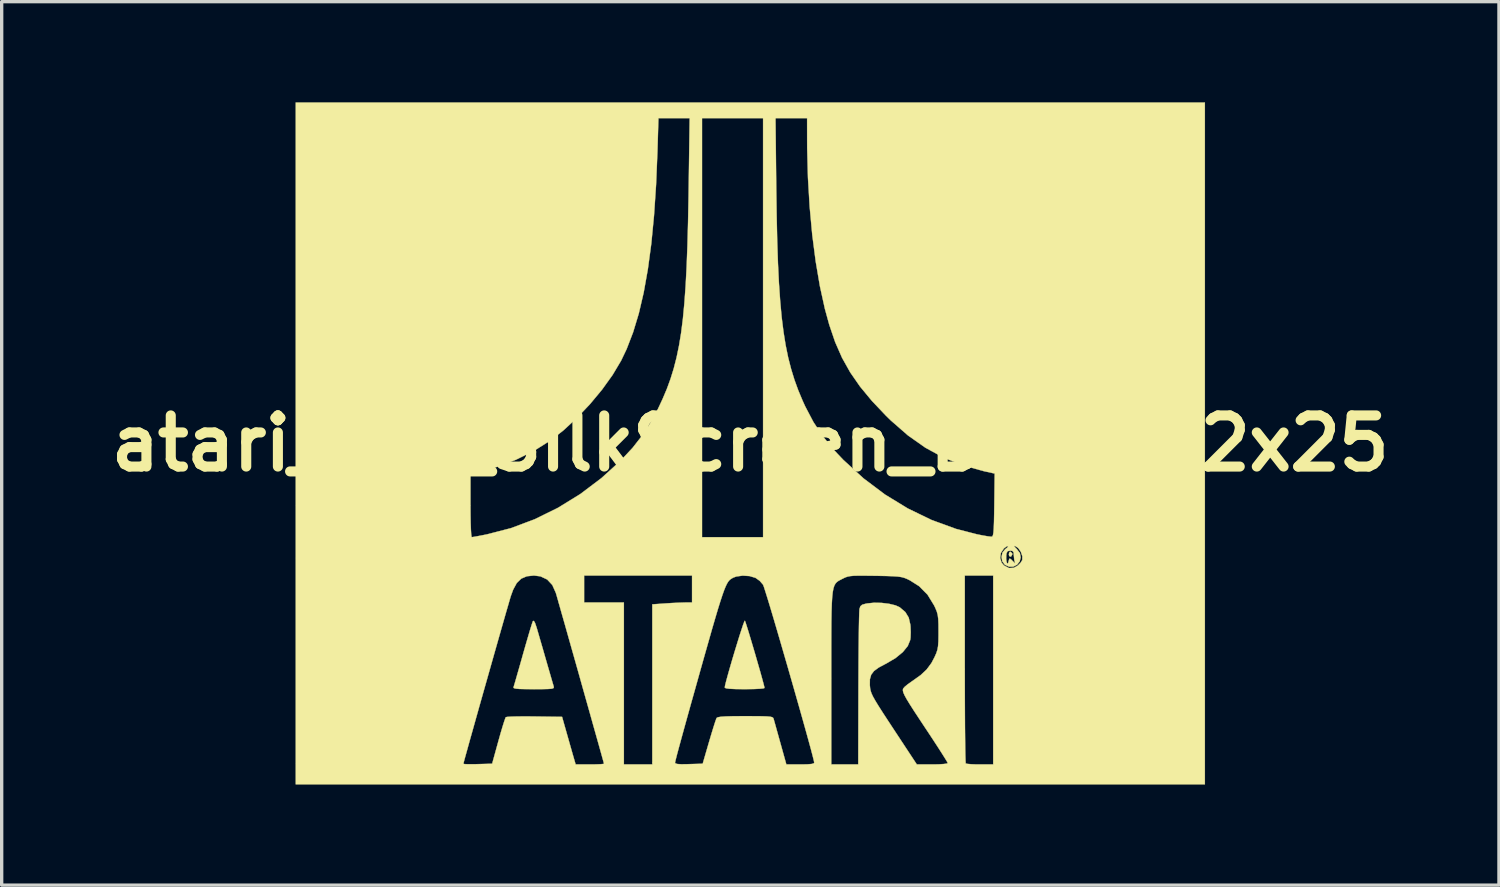
<source format=kicad_pcb>
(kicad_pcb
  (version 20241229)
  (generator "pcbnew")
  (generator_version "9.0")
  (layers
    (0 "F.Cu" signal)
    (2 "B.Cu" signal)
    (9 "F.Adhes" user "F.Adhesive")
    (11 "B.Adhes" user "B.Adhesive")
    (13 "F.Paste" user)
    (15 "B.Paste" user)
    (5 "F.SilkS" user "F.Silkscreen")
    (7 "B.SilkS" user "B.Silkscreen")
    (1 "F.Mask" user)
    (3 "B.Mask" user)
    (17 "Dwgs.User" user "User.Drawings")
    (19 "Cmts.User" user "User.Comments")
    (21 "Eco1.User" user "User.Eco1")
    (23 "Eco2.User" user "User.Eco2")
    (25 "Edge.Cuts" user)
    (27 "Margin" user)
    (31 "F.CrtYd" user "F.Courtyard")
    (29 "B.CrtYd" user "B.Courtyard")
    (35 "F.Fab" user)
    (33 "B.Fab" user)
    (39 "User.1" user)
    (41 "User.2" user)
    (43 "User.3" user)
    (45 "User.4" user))
  (footprint "atari_fuji_SilkScreen_BW_21.2x25"
    (layer "F.Cu")
    (at 19.311 10.165)
    (property "Reference" "atari_fuji_SilkScreen_BW_21.2x25" (at 0 0 0) (layer "F.SilkS") (effects (font (size 1.524 1.524) (thickness 0.3))))
    (attr exclude_from_pos_files exclude_from_bom)
    (fp_poly (pts (xy 7.807 3.28) (xy 7.811 3.302) (xy 7.777 3.366) (xy 7.758 3.376) (xy 7.715 3.356) (xy 7.705 3.302) (xy 7.724 3.235) (xy 7.758 3.228) (xy 7.807 3.28)) (stroke (width 0.01) (type solid)) (fill yes) (layer "F.SilkS"))
    (fp_poly (pts (xy -0.144 5.328) (xy -0.107 5.442) (xy -0.055 5.609) (xy 0.008 5.818) (xy 0.078 6.053) (xy 0.151 6.301) (xy 0.222 6.548) (xy 0.289 6.78) (xy 0.346 6.985) (xy 0.39 7.147) (xy 0.417 7.254) (xy 0.423 7.289) (xy 0.384 7.302) (xy 0.274 7.312) (xy 0.111 7.32) (xy -0.092 7.323) (xy -0.169 7.324) (xy -0.434 7.321) (xy -0.619 7.312) (xy -0.727 7.298) (xy -0.762 7.276) (xy -0.762 7.276) (xy -0.751 7.211) (xy -0.719 7.083) (xy -0.671 6.906) (xy -0.611 6.694) (xy -0.543 6.459) (xy -0.47 6.214) (xy -0.396 5.973) (xy -0.327 5.749) (xy -0.264 5.554) (xy -0.214 5.403) (xy -0.178 5.308) (xy -0.162 5.282) (xy -0.144 5.328)) (stroke (width 0.01) (type solid)) (fill yes) (layer "F.SilkS"))
    (fp_poly (pts (xy -6.416 5.349) (xy -6.369 5.487) (xy -6.357 5.527) (xy -6.315 5.671) (xy -6.256 5.875) (xy -6.186 6.115) (xy -6.113 6.37) (xy -6.076 6.498) (xy -6.009 6.73) (xy -5.949 6.936) (xy -5.901 7.103) (xy -5.868 7.214) (xy -5.858 7.25) (xy -5.856 7.278) (xy -5.876 7.299) (xy -5.932 7.312) (xy -6.035 7.319) (xy -6.198 7.323) (xy -6.432 7.324) (xy -6.458 7.324) (xy -6.705 7.322) (xy -6.878 7.318) (xy -6.988 7.308) (xy -7.044 7.294) (xy -7.059 7.273) (xy -7.057 7.267) (xy -7.04 7.212) (xy -7.003 7.087) (xy -6.951 6.905) (xy -6.886 6.679) (xy -6.813 6.422) (xy -6.775 6.286) (xy -6.698 6.016) (xy -6.627 5.772) (xy -6.566 5.565) (xy -6.518 5.409) (xy -6.487 5.316) (xy -6.479 5.297) (xy -6.452 5.288) (xy -6.416 5.349)) (stroke (width 0.01) (type solid)) (fill yes) (layer "F.SilkS"))
    (fp_poly (pts (xy 13.547 10.16) (xy -13.547 10.16) (xy -13.547 9.549) (xy -8.551 9.549) (xy -8.512 9.557) (xy -8.406 9.561) (xy -8.251 9.561) (xy -8.123 9.558) (xy -7.694 9.546) (xy -7.507 8.869) (xy -7.443 8.641) (xy -7.384 8.442) (xy -7.335 8.286) (xy -7.3 8.187) (xy -7.287 8.159) (xy -7.236 8.149) (xy -7.114 8.142) (xy -6.935 8.137) (xy -6.712 8.136) (xy -6.458 8.137) (xy -6.432 8.138) (xy -5.61 8.149) (xy -5.49 8.572) (xy -5.428 8.79) (xy -5.364 9.016) (xy -5.308 9.212) (xy -5.288 9.282) (xy -5.205 9.567) (xy -4.782 9.567) (xy -4.605 9.565) (xy -4.464 9.56) (xy -4.378 9.552) (xy -4.36 9.546) (xy -4.371 9.504) (xy -4.403 9.389) (xy -4.453 9.209) (xy -4.519 8.973) (xy -4.599 8.689) (xy -4.69 8.366) (xy -4.789 8.012) (xy -4.895 7.636) (xy -5.005 7.246) (xy -5.116 6.85) (xy -5.227 6.457) (xy -5.335 6.076) (xy -5.437 5.714) (xy -5.531 5.381) (xy -5.616 5.084) (xy -5.687 4.833) (xy -5.743 4.635) (xy -5.782 4.499) (xy -5.797 4.45) (xy -5.901 4.219) (xy -6.054 4.055) (xy -6.255 3.961) (xy -6.448 3.937) (xy -6.66 3.959) (xy -6.827 4.03) (xy -6.96 4.16) (xy -7.068 4.359) (xy -7.137 4.548) (xy -7.165 4.641) (xy -7.211 4.801) (xy -7.275 5.02) (xy -7.352 5.289) (xy -7.441 5.6) (xy -7.539 5.944) (xy -7.644 6.313) (xy -7.753 6.698) (xy -7.864 7.09) (xy -7.975 7.481) (xy -8.083 7.863) (xy -8.185 8.226) (xy -8.279 8.562) (xy -8.364 8.863) (xy -8.435 9.12) (xy -8.492 9.324) (xy -8.531 9.467) (xy -8.55 9.541) (xy -8.551 9.549) (xy -13.547 9.549) (xy -13.547 3.937) (xy -4.953 3.937) (xy -4.953 4.741) (xy -3.768 4.741) (xy -3.768 9.567) (xy -2.921 9.567) (xy -2.921 9.512) (xy -2.244 9.512) (xy -2.227 9.539) (xy -2.167 9.555) (xy -2.051 9.562) (xy -1.866 9.559) (xy -1.831 9.558) (xy -1.419 9.546) (xy -1.228 8.89) (xy -1.161 8.664) (xy -1.1 8.465) (xy -1.05 8.308) (xy -1.015 8.208) (xy -1.003 8.181) (xy -0.966 8.161) (xy -0.878 8.146) (xy -0.731 8.136) (xy -0.518 8.13) (xy -0.229 8.128) (xy -0.149 8.128) (xy 0.136 8.129) (xy 0.347 8.131) (xy 0.496 8.136) (xy 0.594 8.145) (xy 0.652 8.159) (xy 0.681 8.179) (xy 0.693 8.202) (xy 0.711 8.267) (xy 0.748 8.398) (xy 0.798 8.578) (xy 0.858 8.792) (xy 0.894 8.922) (xy 1.074 9.567) (xy 1.489 9.567) (xy 1.693 9.564) (xy 1.822 9.554) (xy 1.889 9.536) (xy 1.905 9.513) (xy 1.893 9.452) (xy 1.86 9.318) (xy 1.808 9.12) (xy 1.739 8.867) (xy 1.656 8.567) (xy 1.561 8.228) (xy 1.457 7.859) (xy 1.346 7.469) (xy 1.231 7.066) (xy 1.114 6.659) (xy 1.091 6.58) (xy 2.413 6.58) (xy 2.413 6.995) (xy 2.413 9.567) (xy 3.217 9.567) (xy 3.222 7.313) (xy 3.224 6.88) (xy 3.226 6.47) (xy 3.229 6.09) (xy 3.233 5.75) (xy 3.237 5.458) (xy 3.242 5.222) (xy 3.247 5.05) (xy 3.252 4.95) (xy 3.254 4.932) (xy 3.281 4.853) (xy 3.335 4.807) (xy 3.441 4.777) (xy 3.484 4.769) (xy 3.688 4.748) (xy 3.915 4.753) (xy 4.136 4.78) (xy 4.326 4.826) (xy 4.451 4.882) (xy 4.62 5.026) (xy 4.721 5.192) (xy 4.77 5.405) (xy 4.775 5.459) (xy 4.781 5.625) (xy 4.776 5.781) (xy 4.766 5.857) (xy 4.693 6.037) (xy 4.545 6.219) (xy 4.331 6.395) (xy 4.061 6.555) (xy 4.039 6.566) (xy 3.827 6.679) (xy 3.686 6.783) (xy 3.602 6.894) (xy 3.564 7.028) (xy 3.562 7.2) (xy 3.565 7.235) (xy 3.572 7.307) (xy 3.587 7.376) (xy 3.613 7.452) (xy 3.656 7.544) (xy 3.722 7.662) (xy 3.815 7.815) (xy 3.94 8.011) (xy 4.103 8.261) (xy 4.273 8.52) (xy 4.963 9.567) (xy 5.424 9.567) (xy 5.618 9.564) (xy 5.77 9.554) (xy 5.862 9.54) (xy 5.884 9.527) (xy 5.862 9.482) (xy 5.798 9.377) (xy 5.699 9.22) (xy 5.572 9.022) (xy 5.421 8.791) (xy 5.254 8.538) (xy 5.246 8.527) (xy 5.04 8.215) (xy 4.876 7.966) (xy 4.751 7.77) (xy 4.66 7.621) (xy 4.599 7.51) (xy 4.563 7.429) (xy 4.548 7.371) (xy 4.549 7.328) (xy 4.556 7.306) (xy 4.601 7.254) (xy 4.698 7.174) (xy 4.827 7.083) (xy 4.841 7.074) (xy 5.082 6.901) (xy 5.261 6.732) (xy 5.399 6.544) (xy 5.49 6.371) (xy 5.542 6.255) (xy 5.576 6.152) (xy 5.596 6.041) (xy 5.606 5.898) (xy 5.609 5.702) (xy 5.609 5.609) (xy 5.608 5.389) (xy 5.601 5.231) (xy 5.586 5.112) (xy 5.558 5.01) (xy 5.513 4.901) (xy 5.477 4.826) (xy 5.283 4.509) (xy 5.032 4.255) (xy 4.752 4.078) (xy 4.663 4.035) (xy 4.583 4.004) (xy 4.496 3.982) (xy 4.389 3.967) (xy 4.245 3.958) (xy 4.05 3.951) (xy 3.788 3.946) (xy 3.725 3.945) (xy 3.448 3.942) (xy 3.24 3.941) (xy 3.089 3.944) (xy 2.98 3.954) (xy 2.898 3.97) (xy 2.829 3.994) (xy 2.759 4.028) (xy 2.755 4.03) (xy 2.687 4.065) (xy 2.629 4.096) (xy 2.579 4.132) (xy 2.538 4.177) (xy 2.504 4.239) (xy 2.477 4.323) (xy 2.456 4.436) (xy 2.44 4.585) (xy 2.429 4.776) (xy 2.421 5.015) (xy 2.416 5.309) (xy 2.414 5.663) (xy 2.413 6.085) (xy 2.413 6.58) (xy 1.091 6.58) (xy 0.997 6.256) (xy 0.884 5.866) (xy 0.776 5.497) (xy 0.676 5.158) (xy 0.586 4.857) (xy 0.509 4.604) (xy 0.447 4.406) (xy 0.404 4.272) (xy 0.38 4.211) (xy 0.38 4.21) (xy 0.281 4.096) (xy 0.158 4.008) (xy 0.152 4.005) (xy -0.024 3.953) (xy -0.227 3.94) (xy -0.416 3.966) (xy -0.506 3.999) (xy -0.548 4.022) (xy -0.586 4.046) (xy -0.622 4.077) (xy -0.658 4.12) (xy -0.695 4.181) (xy -0.735 4.264) (xy -0.78 4.375) (xy -0.831 4.518) (xy -0.891 4.7) (xy -0.961 4.924) (xy -1.042 5.196) (xy -1.137 5.521) (xy -1.246 5.905) (xy -1.373 6.352) (xy -1.518 6.867) (xy -1.683 7.456) (xy -1.782 7.807) (xy -1.882 8.167) (xy -1.975 8.503) (xy -2.058 8.805) (xy -2.129 9.065) (xy -2.185 9.274) (xy -2.223 9.423) (xy -2.242 9.502) (xy -2.244 9.512) (xy -2.921 9.512) (xy -2.921 4.796) (xy -2.533 4.769) (xy -2.331 4.756) (xy -2.134 4.747) (xy -1.976 4.742) (xy -1.941 4.741) (xy -1.736 4.741) (xy -1.736 3.937) (xy 6.392 3.937) (xy 6.392 6.724) (xy 6.393 7.202) (xy 6.394 7.655) (xy 6.396 8.076) (xy 6.398 8.458) (xy 6.402 8.793) (xy 6.405 9.075) (xy 6.409 9.297) (xy 6.414 9.45) (xy 6.419 9.53) (xy 6.421 9.539) (xy 6.473 9.551) (xy 6.589 9.561) (xy 6.75 9.567) (xy 6.844 9.567) (xy 7.239 9.567) (xy 7.239 3.937) (xy 6.392 3.937) (xy -1.736 3.937) (xy -4.953 3.937) (xy -13.547 3.937) (xy -13.547 3.415) (xy 7.447 3.415) (xy 7.491 3.556) (xy 7.562 3.638) (xy 7.71 3.714) (xy 7.854 3.706) (xy 7.972 3.64) (xy 8.056 3.556) (xy 8.105 3.476) (xy 8.107 3.362) (xy 8.062 3.23) (xy 7.987 3.122) (xy 7.968 3.106) (xy 7.885 3.054) (xy 7.862 3.058) (xy 7.903 3.111) (xy 7.942 3.147) (xy 8.035 3.269) (xy 8.059 3.398) (xy 8.027 3.518) (xy 7.95 3.615) (xy 7.84 3.672) (xy 7.709 3.673) (xy 7.587 3.617) (xy 7.51 3.517) (xy 7.497 3.445) (xy 7.626 3.445) (xy 7.638 3.531) (xy 7.658 3.579) (xy 7.681 3.571) (xy 7.694 3.524) (xy 7.715 3.45) (xy 7.733 3.429) (xy 7.773 3.457) (xy 7.839 3.524) (xy 7.886 3.572) (xy 7.892 3.562) (xy 7.889 3.556) (xy 7.866 3.472) (xy 7.855 3.353) (xy 7.854 3.344) (xy 7.845 3.244) (xy 7.809 3.203) (xy 7.747 3.196) (xy 7.672 3.21) (xy 7.638 3.268) (xy 7.628 3.338) (xy 7.626 3.445) (xy 7.497 3.445) (xy 7.486 3.385) (xy 7.515 3.252) (xy 7.596 3.152) (xy 7.6 3.149) (xy 7.668 3.094) (xy 7.685 3.057) (xy 7.685 3.056) (xy 7.642 3.067) (xy 7.568 3.122) (xy 7.556 3.133) (xy 7.468 3.265) (xy 7.447 3.415) (xy -13.547 3.415) (xy -13.547 0.895) (xy -8.34 0.895) (xy -8.34 1.845) (xy -8.338 2.122) (xy -8.334 2.366) (xy -8.327 2.566) (xy -8.318 2.709) (xy -8.307 2.785) (xy -8.302 2.794) (xy -8.247 2.786) (xy -8.128 2.765) (xy -7.966 2.734) (xy -7.847 2.71) (xy -7.131 2.525) (xy -6.423 2.259) (xy -5.732 1.919) (xy -5.067 1.509) (xy -4.436 1.033) (xy -3.876 0.525) (xy -3.506 0.129) (xy -3.197 -0.267) (xy -2.931 -0.689) (xy -2.749 -1.035) (xy -2.611 -1.331) (xy -2.487 -1.624) (xy -2.378 -1.923) (xy -2.282 -2.232) (xy -2.198 -2.56) (xy -2.125 -2.911) (xy -2.062 -3.293) (xy -2.009 -3.712) (xy -1.965 -4.175) (xy -1.928 -4.688) (xy -1.898 -5.257) (xy -1.874 -5.889) (xy -1.855 -6.591) (xy -1.84 -7.369) (xy -1.836 -7.652) (xy -1.807 -9.694) (xy -1.439 -9.694) (xy -1.439 2.794) (xy 0.381 2.794) (xy 0.381 -9.694) (xy 0.751 -9.694) (xy 0.774 -7.567) (xy 0.786 -6.761) (xy 0.802 -6.032) (xy 0.824 -5.375) (xy 0.853 -4.783) (xy 0.89 -4.249) (xy 0.934 -3.766) (xy 0.989 -3.328) (xy 1.053 -2.929) (xy 1.128 -2.561) (xy 1.216 -2.218) (xy 1.316 -1.893) (xy 1.43 -1.58) (xy 1.559 -1.272) (xy 1.635 -1.105) (xy 1.881 -0.637) (xy 2.168 -0.204) (xy 2.511 0.215) (xy 2.772 0.491) (xy 3.372 1.04) (xy 4.015 1.524) (xy 4.695 1.939) (xy 5.403 2.282) (xy 6.132 2.548) (xy 6.747 2.707) (xy 6.923 2.742) (xy 7.073 2.768) (xy 7.173 2.78) (xy 7.197 2.78) (xy 7.218 2.767) (xy 7.234 2.725) (xy 7.247 2.647) (xy 7.256 2.521) (xy 7.263 2.338) (xy 7.268 2.088) (xy 7.272 1.835) (xy 7.283 0.898) (xy 6.954 0.825) (xy 6.337 0.654) (xy 5.762 0.424) (xy 5.219 0.128) (xy 4.698 -0.239) (xy 4.188 -0.684) (xy 4.043 -0.826) (xy 3.624 -1.268) (xy 3.273 -1.692) (xy 2.98 -2.114) (xy 2.735 -2.551) (xy 2.529 -3.02) (xy 2.353 -3.537) (xy 2.223 -4.01) (xy 2.075 -4.682) (xy 1.949 -5.423) (xy 1.846 -6.219) (xy 1.769 -7.056) (xy 1.718 -7.921) (xy 1.695 -8.799) (xy 1.694 -9.049) (xy 1.693 -9.694) (xy 0.751 -9.694) (xy 0.381 -9.694) (xy -1.439 -9.694) (xy -1.807 -9.694) (xy -2.738 -9.694) (xy -2.767 -8.71) (xy -2.808 -7.715) (xy -2.869 -6.799) (xy -2.95 -5.959) (xy -3.053 -5.194) (xy -3.177 -4.499) (xy -3.323 -3.873) (xy -3.493 -3.312) (xy -3.685 -2.814) (xy -3.85 -2.468) (xy -4.103 -2.043) (xy -4.418 -1.604) (xy -4.779 -1.17) (xy -5.17 -0.758) (xy -5.573 -0.386) (xy -5.951 -0.091) (xy -6.446 0.22) (xy -6.989 0.488) (xy -7.555 0.701) (xy -8.096 0.845) (xy -8.34 0.895) (xy -13.547 0.895) (xy -13.547 -10.16) (xy 13.547 -10.16) (xy 13.547 10.16)) (stroke (width 0.01) (type solid)) (fill yes) (layer "F.SilkS")))
  (gr_rect
    (start -3 -3)
    (end 41.623 23.33)
    (stroke (width 0.1) (type default))
    (fill no)
    (layer "Edge.Cuts")))
</source>
